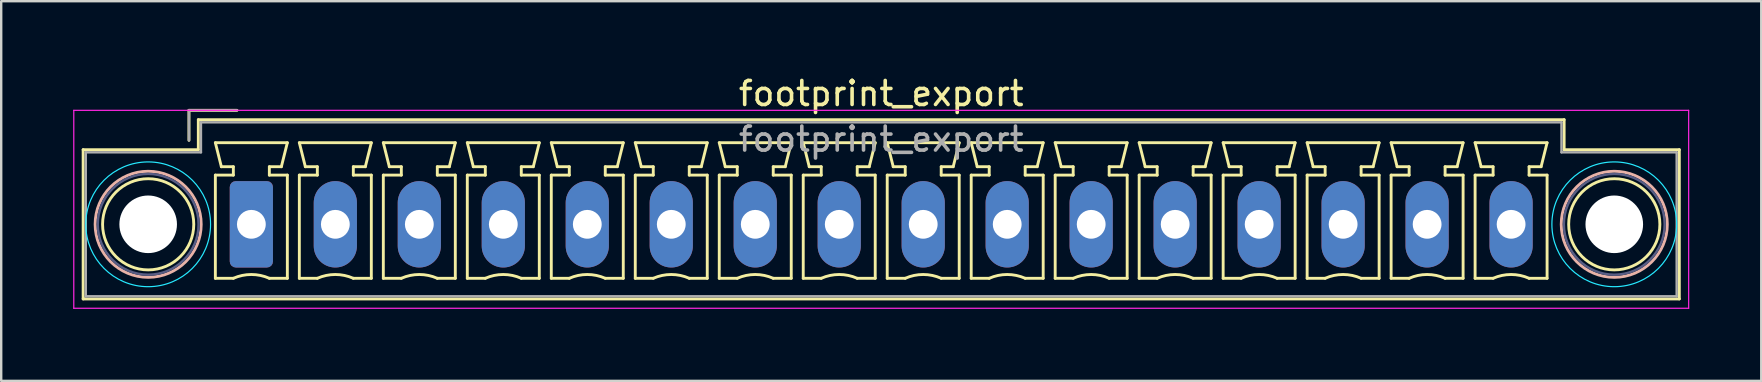
<source format=kicad_pcb>
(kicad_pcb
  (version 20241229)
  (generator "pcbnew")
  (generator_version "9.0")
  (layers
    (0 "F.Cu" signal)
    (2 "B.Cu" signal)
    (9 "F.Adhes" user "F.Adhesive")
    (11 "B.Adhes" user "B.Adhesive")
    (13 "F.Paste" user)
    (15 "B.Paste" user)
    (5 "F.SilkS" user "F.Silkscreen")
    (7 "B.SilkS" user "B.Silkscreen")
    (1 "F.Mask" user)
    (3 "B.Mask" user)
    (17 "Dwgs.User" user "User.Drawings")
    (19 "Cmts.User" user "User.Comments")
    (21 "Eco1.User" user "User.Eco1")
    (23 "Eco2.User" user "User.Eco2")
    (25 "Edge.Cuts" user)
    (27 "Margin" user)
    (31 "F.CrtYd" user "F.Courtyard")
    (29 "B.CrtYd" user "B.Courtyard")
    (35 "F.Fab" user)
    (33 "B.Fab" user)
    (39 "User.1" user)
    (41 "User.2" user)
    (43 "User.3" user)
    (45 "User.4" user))
  (footprint "footprint_export"
    (layer "F.Cu")
    (at 7.425 6.298)
    (property "Reference" "footprint_export" (at 26.25 -5.45 0) (layer "F.SilkS") (effects (font (size 1 1) (thickness 0.15))))
    (attr through_hole)
    (fp_line (start -7.01 -3.11) (end -7.01 3.11) (stroke (width 0.12) (type solid)) (layer "F.SilkS"))
    (fp_line (start -7.01 3.11) (end 59.51 3.11) (stroke (width 0.12) (type solid)) (layer "F.SilkS"))
    (fp_line (start -2.6 -4.75) (end -0.6 -4.75) (stroke (width 0.12) (type solid)) (layer "F.SilkS"))
    (fp_line (start -2.6 -3.5) (end -2.6 -4.75) (stroke (width 0.12) (type solid)) (layer "F.SilkS"))
    (fp_line (start -2.21 -4.36) (end -2.21 -3.11) (stroke (width 0.12) (type solid)) (layer "F.SilkS"))
    (fp_line (start -2.21 -3.11) (end -7.01 -3.11) (stroke (width 0.12) (type solid)) (layer "F.SilkS"))
    (fp_line (start -1.5 -3.4) (end 1.5 -3.4) (stroke (width 0.12) (type solid)) (layer "F.SilkS"))
    (fp_line (start -1.5 -2.05) (end -0.75 -2.05) (stroke (width 0.12) (type solid)) (layer "F.SilkS"))
    (fp_line (start -1.5 2.25) (end -1.5 -2.05) (stroke (width 0.12) (type solid)) (layer "F.SilkS"))
    (fp_line (start -1.25 -2.4) (end -1.5 -3.4) (stroke (width 0.12) (type solid)) (layer "F.SilkS"))
    (fp_line (start -0.75 -2.4) (end -1.25 -2.4) (stroke (width 0.12) (type solid)) (layer "F.SilkS"))
    (fp_line (start -0.75 -2.05) (end -0.75 -2.4) (stroke (width 0.12) (type solid)) (layer "F.SilkS"))
    (fp_line (start -0.75 2.25) (end -1.5 2.25) (stroke (width 0.12) (type solid)) (layer "F.SilkS"))
    (fp_line (start 0.75 -2.4) (end 0.75 -2.05) (stroke (width 0.12) (type solid)) (layer "F.SilkS"))
    (fp_line (start 0.75 -2.05) (end 1.5 -2.05) (stroke (width 0.12) (type solid)) (layer "F.SilkS"))
    (fp_line (start 1.25 -2.4) (end 0.75 -2.4) (stroke (width 0.12) (type solid)) (layer "F.SilkS"))
    (fp_line (start 1.5 -3.4) (end 1.25 -2.4) (stroke (width 0.12) (type solid)) (layer "F.SilkS"))
    (fp_line (start 1.5 -2.05) (end 1.5 2.25) (stroke (width 0.12) (type solid)) (layer "F.SilkS"))
    (fp_line (start 1.5 2.25) (end 0.75 2.25) (stroke (width 0.12) (type solid)) (layer "F.SilkS"))
    (fp_line (start 2 -3.4) (end 5 -3.4) (stroke (width 0.12) (type solid)) (layer "F.SilkS"))
    (fp_line (start 2 -2.05) (end 2.75 -2.05) (stroke (width 0.12) (type solid)) (layer "F.SilkS"))
    (fp_line (start 2 2.25) (end 2 -2.05) (stroke (width 0.12) (type solid)) (layer "F.SilkS"))
    (fp_line (start 2.25 -2.4) (end 2 -3.4) (stroke (width 0.12) (type solid)) (layer "F.SilkS"))
    (fp_line (start 2.75 -2.4) (end 2.25 -2.4) (stroke (width 0.12) (type solid)) (layer "F.SilkS"))
    (fp_line (start 2.75 -2.05) (end 2.75 -2.4) (stroke (width 0.12) (type solid)) (layer "F.SilkS"))
    (fp_line (start 2.75 2.25) (end 2 2.25) (stroke (width 0.12) (type solid)) (layer "F.SilkS"))
    (fp_line (start 4.25 -2.4) (end 4.25 -2.05) (stroke (width 0.12) (type solid)) (layer "F.SilkS"))
    (fp_line (start 4.25 -2.05) (end 5 -2.05) (stroke (width 0.12) (type solid)) (layer "F.SilkS"))
    (fp_line (start 4.75 -2.4) (end 4.25 -2.4) (stroke (width 0.12) (type solid)) (layer "F.SilkS"))
    (fp_line (start 5 -3.4) (end 4.75 -2.4) (stroke (width 0.12) (type solid)) (layer "F.SilkS"))
    (fp_line (start 5 -2.05) (end 5 2.25) (stroke (width 0.12) (type solid)) (layer "F.SilkS"))
    (fp_line (start 5 2.25) (end 4.25 2.25) (stroke (width 0.12) (type solid)) (layer "F.SilkS"))
    (fp_line (start 5.5 -3.4) (end 8.5 -3.4) (stroke (width 0.12) (type solid)) (layer "F.SilkS"))
    (fp_line (start 5.5 -2.05) (end 6.25 -2.05) (stroke (width 0.12) (type solid)) (layer "F.SilkS"))
    (fp_line (start 5.5 2.25) (end 5.5 -2.05) (stroke (width 0.12) (type solid)) (layer "F.SilkS"))
    (fp_line (start 5.75 -2.4) (end 5.5 -3.4) (stroke (width 0.12) (type solid)) (layer "F.SilkS"))
    (fp_line (start 6.25 -2.4) (end 5.75 -2.4) (stroke (width 0.12) (type solid)) (layer "F.SilkS"))
    (fp_line (start 6.25 -2.05) (end 6.25 -2.4) (stroke (width 0.12) (type solid)) (layer "F.SilkS"))
    (fp_line (start 6.25 2.25) (end 5.5 2.25) (stroke (width 0.12) (type solid)) (layer "F.SilkS"))
    (fp_line (start 7.75 -2.4) (end 7.75 -2.05) (stroke (width 0.12) (type solid)) (layer "F.SilkS"))
    (fp_line (start 7.75 -2.05) (end 8.5 -2.05) (stroke (width 0.12) (type solid)) (layer "F.SilkS"))
    (fp_line (start 8.25 -2.4) (end 7.75 -2.4) (stroke (width 0.12) (type solid)) (layer "F.SilkS"))
    (fp_line (start 8.5 -3.4) (end 8.25 -2.4) (stroke (width 0.12) (type solid)) (layer "F.SilkS"))
    (fp_line (start 8.5 -2.05) (end 8.5 2.25) (stroke (width 0.12) (type solid)) (layer "F.SilkS"))
    (fp_line (start 8.5 2.25) (end 7.75 2.25) (stroke (width 0.12) (type solid)) (layer "F.SilkS"))
    (fp_line (start 9 -3.4) (end 12 -3.4) (stroke (width 0.12) (type solid)) (layer "F.SilkS"))
    (fp_line (start 9 -2.05) (end 9.75 -2.05) (stroke (width 0.12) (type solid)) (layer "F.SilkS"))
    (fp_line (start 9 2.25) (end 9 -2.05) (stroke (width 0.12) (type solid)) (layer "F.SilkS"))
    (fp_line (start 9.25 -2.4) (end 9 -3.4) (stroke (width 0.12) (type solid)) (layer "F.SilkS"))
    (fp_line (start 9.75 -2.4) (end 9.25 -2.4) (stroke (width 0.12) (type solid)) (layer "F.SilkS"))
    (fp_line (start 9.75 -2.05) (end 9.75 -2.4) (stroke (width 0.12) (type solid)) (layer "F.SilkS"))
    (fp_line (start 9.75 2.25) (end 9 2.25) (stroke (width 0.12) (type solid)) (layer "F.SilkS"))
    (fp_line (start 11.25 -2.4) (end 11.25 -2.05) (stroke (width 0.12) (type solid)) (layer "F.SilkS"))
    (fp_line (start 11.25 -2.05) (end 12 -2.05) (stroke (width 0.12) (type solid)) (layer "F.SilkS"))
    (fp_line (start 11.75 -2.4) (end 11.25 -2.4) (stroke (width 0.12) (type solid)) (layer "F.SilkS"))
    (fp_line (start 12 -3.4) (end 11.75 -2.4) (stroke (width 0.12) (type solid)) (layer "F.SilkS"))
    (fp_line (start 12 -2.05) (end 12 2.25) (stroke (width 0.12) (type solid)) (layer "F.SilkS"))
    (fp_line (start 12 2.25) (end 11.25 2.25) (stroke (width 0.12) (type solid)) (layer "F.SilkS"))
    (fp_line (start 12.5 -3.4) (end 15.5 -3.4) (stroke (width 0.12) (type solid)) (layer "F.SilkS"))
    (fp_line (start 12.5 -2.05) (end 13.25 -2.05) (stroke (width 0.12) (type solid)) (layer "F.SilkS"))
    (fp_line (start 12.5 2.25) (end 12.5 -2.05) (stroke (width 0.12) (type solid)) (layer "F.SilkS"))
    (fp_line (start 12.75 -2.4) (end 12.5 -3.4) (stroke (width 0.12) (type solid)) (layer "F.SilkS"))
    (fp_line (start 13.25 -2.4) (end 12.75 -2.4) (stroke (width 0.12) (type solid)) (layer "F.SilkS"))
    (fp_line (start 13.25 -2.05) (end 13.25 -2.4) (stroke (width 0.12) (type solid)) (layer "F.SilkS"))
    (fp_line (start 13.25 2.25) (end 12.5 2.25) (stroke (width 0.12) (type solid)) (layer "F.SilkS"))
    (fp_line (start 14.75 -2.4) (end 14.75 -2.05) (stroke (width 0.12) (type solid)) (layer "F.SilkS"))
    (fp_line (start 14.75 -2.05) (end 15.5 -2.05) (stroke (width 0.12) (type solid)) (layer "F.SilkS"))
    (fp_line (start 15.25 -2.4) (end 14.75 -2.4) (stroke (width 0.12) (type solid)) (layer "F.SilkS"))
    (fp_line (start 15.5 -3.4) (end 15.25 -2.4) (stroke (width 0.12) (type solid)) (layer "F.SilkS"))
    (fp_line (start 15.5 -2.05) (end 15.5 2.25) (stroke (width 0.12) (type solid)) (layer "F.SilkS"))
    (fp_line (start 15.5 2.25) (end 14.75 2.25) (stroke (width 0.12) (type solid)) (layer "F.SilkS"))
    (fp_line (start 16 -3.4) (end 19 -3.4) (stroke (width 0.12) (type solid)) (layer "F.SilkS"))
    (fp_line (start 16 -2.05) (end 16.75 -2.05) (stroke (width 0.12) (type solid)) (layer "F.SilkS"))
    (fp_line (start 16 2.25) (end 16 -2.05) (stroke (width 0.12) (type solid)) (layer "F.SilkS"))
    (fp_line (start 16.25 -2.4) (end 16 -3.4) (stroke (width 0.12) (type solid)) (layer "F.SilkS"))
    (fp_line (start 16.75 -2.4) (end 16.25 -2.4) (stroke (width 0.12) (type solid)) (layer "F.SilkS"))
    (fp_line (start 16.75 -2.05) (end 16.75 -2.4) (stroke (width 0.12) (type solid)) (layer "F.SilkS"))
    (fp_line (start 16.75 2.25) (end 16 2.25) (stroke (width 0.12) (type solid)) (layer "F.SilkS"))
    (fp_line (start 18.25 -2.4) (end 18.25 -2.05) (stroke (width 0.12) (type solid)) (layer "F.SilkS"))
    (fp_line (start 18.25 -2.05) (end 19 -2.05) (stroke (width 0.12) (type solid)) (layer "F.SilkS"))
    (fp_line (start 18.75 -2.4) (end 18.25 -2.4) (stroke (width 0.12) (type solid)) (layer "F.SilkS"))
    (fp_line (start 19 -3.4) (end 18.75 -2.4) (stroke (width 0.12) (type solid)) (layer "F.SilkS"))
    (fp_line (start 19 -2.05) (end 19 2.25) (stroke (width 0.12) (type solid)) (layer "F.SilkS"))
    (fp_line (start 19 2.25) (end 18.25 2.25) (stroke (width 0.12) (type solid)) (layer "F.SilkS"))
    (fp_line (start 19.5 -3.4) (end 22.5 -3.4) (stroke (width 0.12) (type solid)) (layer "F.SilkS"))
    (fp_line (start 19.5 -2.05) (end 20.25 -2.05) (stroke (width 0.12) (type solid)) (layer "F.SilkS"))
    (fp_line (start 19.5 2.25) (end 19.5 -2.05) (stroke (width 0.12) (type solid)) (layer "F.SilkS"))
    (fp_line (start 19.75 -2.4) (end 19.5 -3.4) (stroke (width 0.12) (type solid)) (layer "F.SilkS"))
    (fp_line (start 20.25 -2.4) (end 19.75 -2.4) (stroke (width 0.12) (type solid)) (layer "F.SilkS"))
    (fp_line (start 20.25 -2.05) (end 20.25 -2.4) (stroke (width 0.12) (type solid)) (layer "F.SilkS"))
    (fp_line (start 20.25 2.25) (end 19.5 2.25) (stroke (width 0.12) (type solid)) (layer "F.SilkS"))
    (fp_line (start 21.75 -2.4) (end 21.75 -2.05) (stroke (width 0.12) (type solid)) (layer "F.SilkS"))
    (fp_line (start 21.75 -2.05) (end 22.5 -2.05) (stroke (width 0.12) (type solid)) (layer "F.SilkS"))
    (fp_line (start 22.25 -2.4) (end 21.75 -2.4) (stroke (width 0.12) (type solid)) (layer "F.SilkS"))
    (fp_line (start 22.5 -3.4) (end 22.25 -2.4) (stroke (width 0.12) (type solid)) (layer "F.SilkS"))
    (fp_line (start 22.5 -2.05) (end 22.5 2.25) (stroke (width 0.12) (type solid)) (layer "F.SilkS"))
    (fp_line (start 22.5 2.25) (end 21.75 2.25) (stroke (width 0.12) (type solid)) (layer "F.SilkS"))
    (fp_line (start 23 -3.4) (end 26 -3.4) (stroke (width 0.12) (type solid)) (layer "F.SilkS"))
    (fp_line (start 23 -2.05) (end 23.75 -2.05) (stroke (width 0.12) (type solid)) (layer "F.SilkS"))
    (fp_line (start 23 2.25) (end 23 -2.05) (stroke (width 0.12) (type solid)) (layer "F.SilkS"))
    (fp_line (start 23.25 -2.4) (end 23 -3.4) (stroke (width 0.12) (type solid)) (layer "F.SilkS"))
    (fp_line (start 23.75 -2.4) (end 23.25 -2.4) (stroke (width 0.12) (type solid)) (layer "F.SilkS"))
    (fp_line (start 23.75 -2.05) (end 23.75 -2.4) (stroke (width 0.12) (type solid)) (layer "F.SilkS"))
    (fp_line (start 23.75 2.25) (end 23 2.25) (stroke (width 0.12) (type solid)) (layer "F.SilkS"))
    (fp_line (start 25.25 -2.4) (end 25.25 -2.05) (stroke (width 0.12) (type solid)) (layer "F.SilkS"))
    (fp_line (start 25.25 -2.05) (end 26 -2.05) (stroke (width 0.12) (type solid)) (layer "F.SilkS"))
    (fp_line (start 25.75 -2.4) (end 25.25 -2.4) (stroke (width 0.12) (type solid)) (layer "F.SilkS"))
    (fp_line (start 26 -3.4) (end 25.75 -2.4) (stroke (width 0.12) (type solid)) (layer "F.SilkS"))
    (fp_line (start 26 -2.05) (end 26 2.25) (stroke (width 0.12) (type solid)) (layer "F.SilkS"))
    (fp_line (start 26 2.25) (end 25.25 2.25) (stroke (width 0.12) (type solid)) (layer "F.SilkS"))
    (fp_line (start 26.5 -3.4) (end 29.5 -3.4) (stroke (width 0.12) (type solid)) (layer "F.SilkS"))
    (fp_line (start 26.5 -2.05) (end 27.25 -2.05) (stroke (width 0.12) (type solid)) (layer "F.SilkS"))
    (fp_line (start 26.5 2.25) (end 26.5 -2.05) (stroke (width 0.12) (type solid)) (layer "F.SilkS"))
    (fp_line (start 26.75 -2.4) (end 26.5 -3.4) (stroke (width 0.12) (type solid)) (layer "F.SilkS"))
    (fp_line (start 27.25 -2.4) (end 26.75 -2.4) (stroke (width 0.12) (type solid)) (layer "F.SilkS"))
    (fp_line (start 27.25 -2.05) (end 27.25 -2.4) (stroke (width 0.12) (type solid)) (layer "F.SilkS"))
    (fp_line (start 27.25 2.25) (end 26.5 2.25) (stroke (width 0.12) (type solid)) (layer "F.SilkS"))
    (fp_line (start 28.75 -2.4) (end 28.75 -2.05) (stroke (width 0.12) (type solid)) (layer "F.SilkS"))
    (fp_line (start 28.75 -2.05) (end 29.5 -2.05) (stroke (width 0.12) (type solid)) (layer "F.SilkS"))
    (fp_line (start 29.25 -2.4) (end 28.75 -2.4) (stroke (width 0.12) (type solid)) (layer "F.SilkS"))
    (fp_line (start 29.5 -3.4) (end 29.25 -2.4) (stroke (width 0.12) (type solid)) (layer "F.SilkS"))
    (fp_line (start 29.5 -2.05) (end 29.5 2.25) (stroke (width 0.12) (type solid)) (layer "F.SilkS"))
    (fp_line (start 29.5 2.25) (end 28.75 2.25) (stroke (width 0.12) (type solid)) (layer "F.SilkS"))
    (fp_line (start 30 -3.4) (end 33 -3.4) (stroke (width 0.12) (type solid)) (layer "F.SilkS"))
    (fp_line (start 30 -2.05) (end 30.75 -2.05) (stroke (width 0.12) (type solid)) (layer "F.SilkS"))
    (fp_line (start 30 2.25) (end 30 -2.05) (stroke (width 0.12) (type solid)) (layer "F.SilkS"))
    (fp_line (start 30.25 -2.4) (end 30 -3.4) (stroke (width 0.12) (type solid)) (layer "F.SilkS"))
    (fp_line (start 30.75 -2.4) (end 30.25 -2.4) (stroke (width 0.12) (type solid)) (layer "F.SilkS"))
    (fp_line (start 30.75 -2.05) (end 30.75 -2.4) (stroke (width 0.12) (type solid)) (layer "F.SilkS"))
    (fp_line (start 30.75 2.25) (end 30 2.25) (stroke (width 0.12) (type solid)) (layer "F.SilkS"))
    (fp_line (start 32.25 -2.4) (end 32.25 -2.05) (stroke (width 0.12) (type solid)) (layer "F.SilkS"))
    (fp_line (start 32.25 -2.05) (end 33 -2.05) (stroke (width 0.12) (type solid)) (layer "F.SilkS"))
    (fp_line (start 32.75 -2.4) (end 32.25 -2.4) (stroke (width 0.12) (type solid)) (layer "F.SilkS"))
    (fp_line (start 33 -3.4) (end 32.75 -2.4) (stroke (width 0.12) (type solid)) (layer "F.SilkS"))
    (fp_line (start 33 -2.05) (end 33 2.25) (stroke (width 0.12) (type solid)) (layer "F.SilkS"))
    (fp_line (start 33 2.25) (end 32.25 2.25) (stroke (width 0.12) (type solid)) (layer "F.SilkS"))
    (fp_line (start 33.5 -3.4) (end 36.5 -3.4) (stroke (width 0.12) (type solid)) (layer "F.SilkS"))
    (fp_line (start 33.5 -2.05) (end 34.25 -2.05) (stroke (width 0.12) (type solid)) (layer "F.SilkS"))
    (fp_line (start 33.5 2.25) (end 33.5 -2.05) (stroke (width 0.12) (type solid)) (layer "F.SilkS"))
    (fp_line (start 33.75 -2.4) (end 33.5 -3.4) (stroke (width 0.12) (type solid)) (layer "F.SilkS"))
    (fp_line (start 34.25 -2.4) (end 33.75 -2.4) (stroke (width 0.12) (type solid)) (layer "F.SilkS"))
    (fp_line (start 34.25 -2.05) (end 34.25 -2.4) (stroke (width 0.12) (type solid)) (layer "F.SilkS"))
    (fp_line (start 34.25 2.25) (end 33.5 2.25) (stroke (width 0.12) (type solid)) (layer "F.SilkS"))
    (fp_line (start 35.75 -2.4) (end 35.75 -2.05) (stroke (width 0.12) (type solid)) (layer "F.SilkS"))
    (fp_line (start 35.75 -2.05) (end 36.5 -2.05) (stroke (width 0.12) (type solid)) (layer "F.SilkS"))
    (fp_line (start 36.25 -2.4) (end 35.75 -2.4) (stroke (width 0.12) (type solid)) (layer "F.SilkS"))
    (fp_line (start 36.5 -3.4) (end 36.25 -2.4) (stroke (width 0.12) (type solid)) (layer "F.SilkS"))
    (fp_line (start 36.5 -2.05) (end 36.5 2.25) (stroke (width 0.12) (type solid)) (layer "F.SilkS"))
    (fp_line (start 36.5 2.25) (end 35.75 2.25) (stroke (width 0.12) (type solid)) (layer "F.SilkS"))
    (fp_line (start 37 -3.4) (end 40 -3.4) (stroke (width 0.12) (type solid)) (layer "F.SilkS"))
    (fp_line (start 37 -2.05) (end 37.75 -2.05) (stroke (width 0.12) (type solid)) (layer "F.SilkS"))
    (fp_line (start 37 2.25) (end 37 -2.05) (stroke (width 0.12) (type solid)) (layer "F.SilkS"))
    (fp_line (start 37.25 -2.4) (end 37 -3.4) (stroke (width 0.12) (type solid)) (layer "F.SilkS"))
    (fp_line (start 37.75 -2.4) (end 37.25 -2.4) (stroke (width 0.12) (type solid)) (layer "F.SilkS"))
    (fp_line (start 37.75 -2.05) (end 37.75 -2.4) (stroke (width 0.12) (type solid)) (layer "F.SilkS"))
    (fp_line (start 37.75 2.25) (end 37 2.25) (stroke (width 0.12) (type solid)) (layer "F.SilkS"))
    (fp_line (start 39.25 -2.4) (end 39.25 -2.05) (stroke (width 0.12) (type solid)) (layer "F.SilkS"))
    (fp_line (start 39.25 -2.05) (end 40 -2.05) (stroke (width 0.12) (type solid)) (layer "F.SilkS"))
    (fp_line (start 39.75 -2.4) (end 39.25 -2.4) (stroke (width 0.12) (type solid)) (layer "F.SilkS"))
    (fp_line (start 40 -3.4) (end 39.75 -2.4) (stroke (width 0.12) (type solid)) (layer "F.SilkS"))
    (fp_line (start 40 -2.05) (end 40 2.25) (stroke (width 0.12) (type solid)) (layer "F.SilkS"))
    (fp_line (start 40 2.25) (end 39.25 2.25) (stroke (width 0.12) (type solid)) (layer "F.SilkS"))
    (fp_line (start 40.5 -3.4) (end 43.5 -3.4) (stroke (width 0.12) (type solid)) (layer "F.SilkS"))
    (fp_line (start 40.5 -2.05) (end 41.25 -2.05) (stroke (width 0.12) (type solid)) (layer "F.SilkS"))
    (fp_line (start 40.5 2.25) (end 40.5 -2.05) (stroke (width 0.12) (type solid)) (layer "F.SilkS"))
    (fp_line (start 40.75 -2.4) (end 40.5 -3.4) (stroke (width 0.12) (type solid)) (layer "F.SilkS"))
    (fp_line (start 41.25 -2.4) (end 40.75 -2.4) (stroke (width 0.12) (type solid)) (layer "F.SilkS"))
    (fp_line (start 41.25 -2.05) (end 41.25 -2.4) (stroke (width 0.12) (type solid)) (layer "F.SilkS"))
    (fp_line (start 41.25 2.25) (end 40.5 2.25) (stroke (width 0.12) (type solid)) (layer "F.SilkS"))
    (fp_line (start 42.75 -2.4) (end 42.75 -2.05) (stroke (width 0.12) (type solid)) (layer "F.SilkS"))
    (fp_line (start 42.75 -2.05) (end 43.5 -2.05) (stroke (width 0.12) (type solid)) (layer "F.SilkS"))
    (fp_line (start 43.25 -2.4) (end 42.75 -2.4) (stroke (width 0.12) (type solid)) (layer "F.SilkS"))
    (fp_line (start 43.5 -3.4) (end 43.25 -2.4) (stroke (width 0.12) (type solid)) (layer "F.SilkS"))
    (fp_line (start 43.5 -2.05) (end 43.5 2.25) (stroke (width 0.12) (type solid)) (layer "F.SilkS"))
    (fp_line (start 43.5 2.25) (end 42.75 2.25) (stroke (width 0.12) (type solid)) (layer "F.SilkS"))
    (fp_line (start 44 -3.4) (end 47 -3.4) (stroke (width 0.12) (type solid)) (layer "F.SilkS"))
    (fp_line (start 44 -2.05) (end 44.75 -2.05) (stroke (width 0.12) (type solid)) (layer "F.SilkS"))
    (fp_line (start 44 2.25) (end 44 -2.05) (stroke (width 0.12) (type solid)) (layer "F.SilkS"))
    (fp_line (start 44.25 -2.4) (end 44 -3.4) (stroke (width 0.12) (type solid)) (layer "F.SilkS"))
    (fp_line (start 44.75 -2.4) (end 44.25 -2.4) (stroke (width 0.12) (type solid)) (layer "F.SilkS"))
    (fp_line (start 44.75 -2.05) (end 44.75 -2.4) (stroke (width 0.12) (type solid)) (layer "F.SilkS"))
    (fp_line (start 44.75 2.25) (end 44 2.25) (stroke (width 0.12) (type solid)) (layer "F.SilkS"))
    (fp_line (start 46.25 -2.4) (end 46.25 -2.05) (stroke (width 0.12) (type solid)) (layer "F.SilkS"))
    (fp_line (start 46.25 -2.05) (end 47 -2.05) (stroke (width 0.12) (type solid)) (layer "F.SilkS"))
    (fp_line (start 46.75 -2.4) (end 46.25 -2.4) (stroke (width 0.12) (type solid)) (layer "F.SilkS"))
    (fp_line (start 47 -3.4) (end 46.75 -2.4) (stroke (width 0.12) (type solid)) (layer "F.SilkS"))
    (fp_line (start 47 -2.05) (end 47 2.25) (stroke (width 0.12) (type solid)) (layer "F.SilkS"))
    (fp_line (start 47 2.25) (end 46.25 2.25) (stroke (width 0.12) (type solid)) (layer "F.SilkS"))
    (fp_line (start 47.5 -3.4) (end 50.5 -3.4) (stroke (width 0.12) (type solid)) (layer "F.SilkS"))
    (fp_line (start 47.5 -2.05) (end 48.25 -2.05) (stroke (width 0.12) (type solid)) (layer "F.SilkS"))
    (fp_line (start 47.5 2.25) (end 47.5 -2.05) (stroke (width 0.12) (type solid)) (layer "F.SilkS"))
    (fp_line (start 47.75 -2.4) (end 47.5 -3.4) (stroke (width 0.12) (type solid)) (layer "F.SilkS"))
    (fp_line (start 48.25 -2.4) (end 47.75 -2.4) (stroke (width 0.12) (type solid)) (layer "F.SilkS"))
    (fp_line (start 48.25 -2.05) (end 48.25 -2.4) (stroke (width 0.12) (type solid)) (layer "F.SilkS"))
    (fp_line (start 48.25 2.25) (end 47.5 2.25) (stroke (width 0.12) (type solid)) (layer "F.SilkS"))
    (fp_line (start 49.75 -2.4) (end 49.75 -2.05) (stroke (width 0.12) (type solid)) (layer "F.SilkS"))
    (fp_line (start 49.75 -2.05) (end 50.5 -2.05) (stroke (width 0.12) (type solid)) (layer "F.SilkS"))
    (fp_line (start 50.25 -2.4) (end 49.75 -2.4) (stroke (width 0.12) (type solid)) (layer "F.SilkS"))
    (fp_line (start 50.5 -3.4) (end 50.25 -2.4) (stroke (width 0.12) (type solid)) (layer "F.SilkS"))
    (fp_line (start 50.5 -2.05) (end 50.5 2.25) (stroke (width 0.12) (type solid)) (layer "F.SilkS"))
    (fp_line (start 50.5 2.25) (end 49.75 2.25) (stroke (width 0.12) (type solid)) (layer "F.SilkS"))
    (fp_line (start 51 -3.4) (end 54 -3.4) (stroke (width 0.12) (type solid)) (layer "F.SilkS"))
    (fp_line (start 51 -2.05) (end 51.75 -2.05) (stroke (width 0.12) (type solid)) (layer "F.SilkS"))
    (fp_line (start 51 2.25) (end 51 -2.05) (stroke (width 0.12) (type solid)) (layer "F.SilkS"))
    (fp_line (start 51.25 -2.4) (end 51 -3.4) (stroke (width 0.12) (type solid)) (layer "F.SilkS"))
    (fp_line (start 51.75 -2.4) (end 51.25 -2.4) (stroke (width 0.12) (type solid)) (layer "F.SilkS"))
    (fp_line (start 51.75 -2.05) (end 51.75 -2.4) (stroke (width 0.12) (type solid)) (layer "F.SilkS"))
    (fp_line (start 51.75 2.25) (end 51 2.25) (stroke (width 0.12) (type solid)) (layer "F.SilkS"))
    (fp_line (start 53.25 -2.4) (end 53.25 -2.05) (stroke (width 0.12) (type solid)) (layer "F.SilkS"))
    (fp_line (start 53.25 -2.05) (end 54 -2.05) (stroke (width 0.12) (type solid)) (layer "F.SilkS"))
    (fp_line (start 53.75 -2.4) (end 53.25 -2.4) (stroke (width 0.12) (type solid)) (layer "F.SilkS"))
    (fp_line (start 54 -3.4) (end 53.75 -2.4) (stroke (width 0.12) (type solid)) (layer "F.SilkS"))
    (fp_line (start 54 -2.05) (end 54 2.25) (stroke (width 0.12) (type solid)) (layer "F.SilkS"))
    (fp_line (start 54 2.25) (end 53.25 2.25) (stroke (width 0.12) (type solid)) (layer "F.SilkS"))
    (fp_line (start 54.71 -4.36) (end -2.21 -4.36) (stroke (width 0.12) (type solid)) (layer "F.SilkS"))
    (fp_line (start 54.71 -3.11) (end 54.71 -4.36) (stroke (width 0.12) (type solid)) (layer "F.SilkS"))
    (fp_line (start 59.51 -3.11) (end 54.71 -3.11) (stroke (width 0.12) (type solid)) (layer "F.SilkS"))
    (fp_line (start 59.51 3.11) (end 59.51 -3.11) (stroke (width 0.12) (type solid)) (layer "F.SilkS"))
    (fp_arc (start -0.75 2.25) (mid -0.000193 2.09191) (end 0.749647 2.249844) (stroke (width 0.12) (type solid)) (layer "F.SilkS"))
    (fp_arc (start 2.75 2.25) (mid 3.499807 2.09191) (end 4.249647 2.249844) (stroke (width 0.12) (type solid)) (layer "F.SilkS"))
    (fp_arc (start 6.25 2.25) (mid 6.999807 2.09191) (end 7.749647 2.249844) (stroke (width 0.12) (type solid)) (layer "F.SilkS"))
    (fp_arc (start 9.75 2.25) (mid 10.499807 2.09191) (end 11.249647 2.249844) (stroke (width 0.12) (type solid)) (layer "F.SilkS"))
    (fp_arc (start 13.25 2.25) (mid 13.999807 2.09191) (end 14.749647 2.249844) (stroke (width 0.12) (type solid)) (layer "F.SilkS"))
    (fp_arc (start 16.75 2.25) (mid 17.499807 2.09191) (end 18.249647 2.249844) (stroke (width 0.12) (type solid)) (layer "F.SilkS"))
    (fp_arc (start 20.25 2.25) (mid 20.999807 2.09191) (end 21.749647 2.249844) (stroke (width 0.12) (type solid)) (layer "F.SilkS"))
    (fp_arc (start 23.75 2.25) (mid 24.499807 2.09191) (end 25.249647 2.249844) (stroke (width 0.12) (type solid)) (layer "F.SilkS"))
    (fp_arc (start 27.25 2.25) (mid 27.999807 2.09191) (end 28.749647 2.249844) (stroke (width 0.12) (type solid)) (layer "F.SilkS"))
    (fp_arc (start 30.75 2.25) (mid 31.499807 2.09191) (end 32.249647 2.249844) (stroke (width 0.12) (type solid)) (layer "F.SilkS"))
    (fp_arc (start 34.25 2.25) (mid 34.999807 2.09191) (end 35.749647 2.249844) (stroke (width 0.12) (type solid)) (layer "F.SilkS"))
    (fp_arc (start 37.75 2.25) (mid 38.499807 2.09191) (end 39.249647 2.249844) (stroke (width 0.12) (type solid)) (layer "F.SilkS"))
    (fp_arc (start 41.25 2.25) (mid 41.999807 2.09191) (end 42.749647 2.249844) (stroke (width 0.12) (type solid)) (layer "F.SilkS"))
    (fp_arc (start 44.75 2.25) (mid 45.499807 2.09191) (end 46.249647 2.249844) (stroke (width 0.12) (type solid)) (layer "F.SilkS"))
    (fp_arc (start 48.25 2.25) (mid 48.999807 2.09191) (end 49.749647 2.249844) (stroke (width 0.12) (type solid)) (layer "F.SilkS"))
    (fp_arc (start 51.75 2.25) (mid 52.499807 2.09191) (end 53.249647 2.249844) (stroke (width 0.12) (type solid)) (layer "F.SilkS"))
    (fp_circle (center -4.3 0) (end -2.4 0) (stroke (width 0.12) (type solid)) (fill no) (layer "F.SilkS"))
    (fp_circle (center 56.8 0) (end 58.7 0) (stroke (width 0.12) (type solid)) (fill no) (layer "F.SilkS"))
    (fp_circle (center -4.3 0) (end -2.09 0) (stroke (width 0.12) (type solid)) (fill no) (layer "B.SilkS"))
    (fp_circle (center 56.8 0) (end 59.01 0) (stroke (width 0.12) (type solid)) (fill no) (layer "B.SilkS"))
    (fp_circle (center -4.3 0) (end -1.7 0) (stroke (width 0.05) (type solid)) (fill no) (layer "B.CrtYd"))
    (fp_circle (center 56.8 0) (end 59.4 0) (stroke (width 0.05) (type solid)) (fill no) (layer "B.CrtYd"))
    (fp_line (start -7.4 -4.75) (end -7.4 3.5) (stroke (width 0.05) (type solid)) (layer "F.CrtYd"))
    (fp_line (start -7.4 3.5) (end 59.9 3.5) (stroke (width 0.05) (type solid)) (layer "F.CrtYd"))
    (fp_line (start 59.9 -4.75) (end -7.4 -4.75) (stroke (width 0.05) (type solid)) (layer "F.CrtYd"))
    (fp_line (start 59.9 3.5) (end 59.9 -4.75) (stroke (width 0.05) (type solid)) (layer "F.CrtYd"))
    (fp_circle (center -4.3 0) (end -2.2 0) (stroke (width 0.1) (type solid)) (fill no) (layer "B.Fab"))
    (fp_circle (center 56.8 0) (end 58.9 0) (stroke (width 0.1) (type solid)) (fill no) (layer "B.Fab"))
    (fp_line (start -6.9 -3) (end -6.9 3) (stroke (width 0.1) (type solid)) (layer "F.Fab"))
    (fp_line (start -6.9 3) (end 59.4 3) (stroke (width 0.1) (type solid)) (layer "F.Fab"))
    (fp_line (start -2.6 -4.75) (end -0.6 -4.75) (stroke (width 0.1) (type solid)) (layer "F.Fab"))
    (fp_line (start -2.6 -3.5) (end -2.6 -4.75) (stroke (width 0.1) (type solid)) (layer "F.Fab"))
    (fp_line (start -2.1 -4.25) (end -2.1 -3) (stroke (width 0.1) (type solid)) (layer "F.Fab"))
    (fp_line (start -2.1 -3) (end -6.9 -3) (stroke (width 0.1) (type solid)) (layer "F.Fab"))
    (fp_line (start 54.6 -4.25) (end -2.1 -4.25) (stroke (width 0.1) (type solid)) (layer "F.Fab"))
    (fp_line (start 54.6 -3) (end 54.6 -4.25) (stroke (width 0.1) (type solid)) (layer "F.Fab"))
    (fp_line (start 59.4 -3) (end 54.6 -3) (stroke (width 0.1) (type solid)) (layer "F.Fab"))
    (fp_line (start 59.4 3) (end 59.4 -3) (stroke (width 0.1) (type solid)) (layer "F.Fab"))
    (fp_text user "${REFERENCE}" (at 26.25 -3.55 0) (layer "F.Fab") (effects (font (size 1 1) (thickness 0.15))))
    (pad "" np_thru_hole circle (at -4.3 0) (size 2.4 2.4) (drill 2.4) (layers "*.Cu" "*.Mask"))
    (pad "" np_thru_hole circle (at 56.8 0) (size 2.4 2.4) (drill 2.4) (layers "*.Cu" "*.Mask"))
    (pad "1" thru_hole roundrect (at 0 0) (size 1.8 3.6) (drill 1.2) (layers "*.Cu" "*.Mask") (roundrect_rratio 0.139))
    (pad "2" thru_hole oval (at 3.5 0) (size 1.8 3.6) (drill 1.2) (layers "*.Cu" "*.Mask"))
    (pad "3" thru_hole oval (at 7 0) (size 1.8 3.6) (drill 1.2) (layers "*.Cu" "*.Mask"))
    (pad "4" thru_hole oval (at 10.5 0) (size 1.8 3.6) (drill 1.2) (layers "*.Cu" "*.Mask"))
    (pad "5" thru_hole oval (at 14 0) (size 1.8 3.6) (drill 1.2) (layers "*.Cu" "*.Mask"))
    (pad "6" thru_hole oval (at 17.5 0) (size 1.8 3.6) (drill 1.2) (layers "*.Cu" "*.Mask"))
    (pad "7" thru_hole oval (at 21 0) (size 1.8 3.6) (drill 1.2) (layers "*.Cu" "*.Mask"))
    (pad "8" thru_hole oval (at 24.5 0) (size 1.8 3.6) (drill 1.2) (layers "*.Cu" "*.Mask"))
    (pad "9" thru_hole oval (at 28 0) (size 1.8 3.6) (drill 1.2) (layers "*.Cu" "*.Mask"))
    (pad "10" thru_hole oval (at 31.5 0) (size 1.8 3.6) (drill 1.2) (layers "*.Cu" "*.Mask"))
    (pad "11" thru_hole oval (at 35 0) (size 1.8 3.6) (drill 1.2) (layers "*.Cu" "*.Mask"))
    (pad "12" thru_hole oval (at 38.5 0) (size 1.8 3.6) (drill 1.2) (layers "*.Cu" "*.Mask"))
    (pad "13" thru_hole oval (at 42 0) (size 1.8 3.6) (drill 1.2) (layers "*.Cu" "*.Mask"))
    (pad "14" thru_hole oval (at 45.5 0) (size 1.8 3.6) (drill 1.2) (layers "*.Cu" "*.Mask"))
    (pad "15" thru_hole oval (at 49 0) (size 1.8 3.6) (drill 1.2) (layers "*.Cu" "*.Mask"))
    (pad "16" thru_hole oval (at 52.5 0) (size 1.8 3.6) (drill 1.2) (layers "*.Cu" "*.Mask")))
  (gr_rect
    (start -3 -3)
    (end 70.35 12.823)
    (stroke (width 0.1) (type default))
    (fill no)
    (layer "Edge.Cuts")))
</source>
